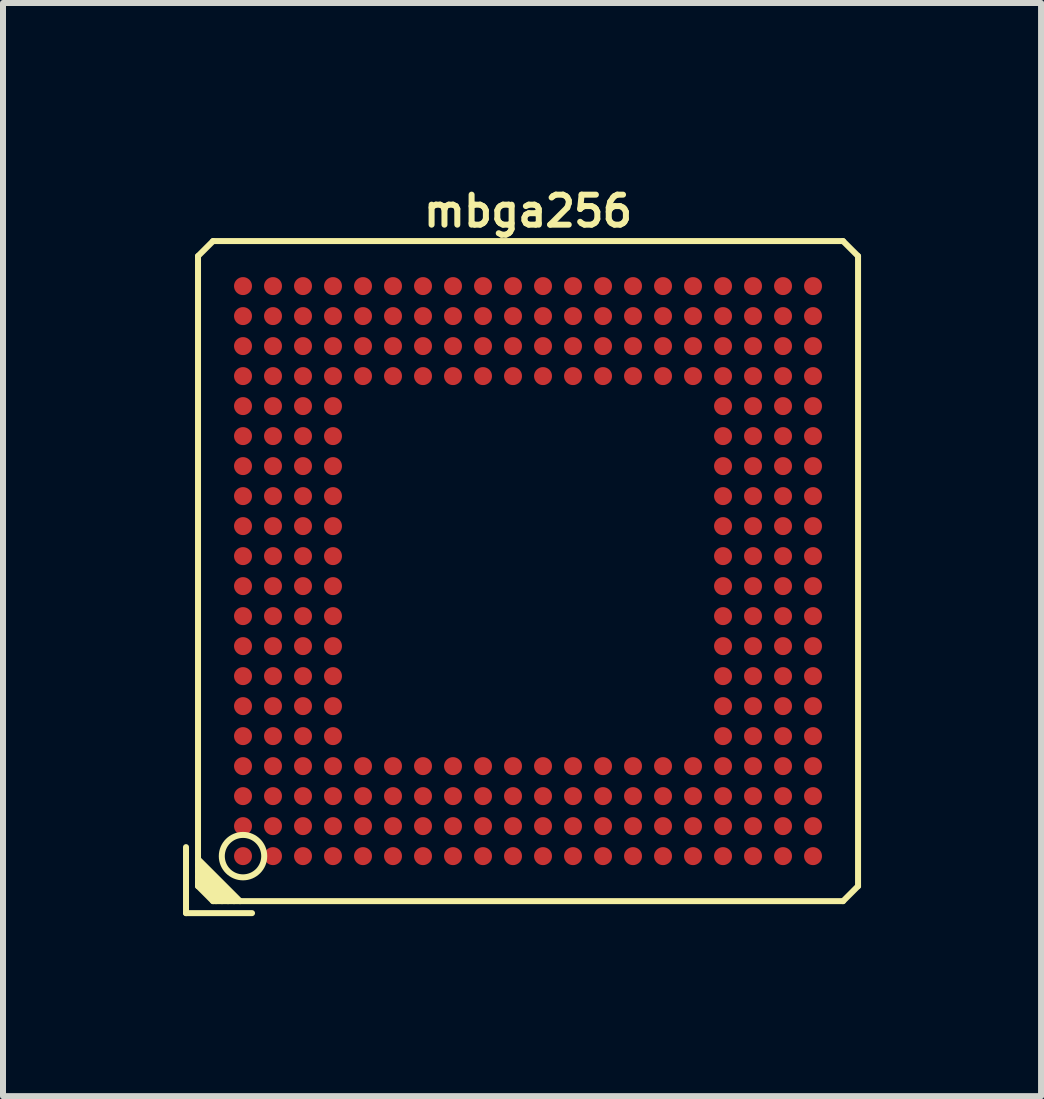
<source format=kicad_pcb>
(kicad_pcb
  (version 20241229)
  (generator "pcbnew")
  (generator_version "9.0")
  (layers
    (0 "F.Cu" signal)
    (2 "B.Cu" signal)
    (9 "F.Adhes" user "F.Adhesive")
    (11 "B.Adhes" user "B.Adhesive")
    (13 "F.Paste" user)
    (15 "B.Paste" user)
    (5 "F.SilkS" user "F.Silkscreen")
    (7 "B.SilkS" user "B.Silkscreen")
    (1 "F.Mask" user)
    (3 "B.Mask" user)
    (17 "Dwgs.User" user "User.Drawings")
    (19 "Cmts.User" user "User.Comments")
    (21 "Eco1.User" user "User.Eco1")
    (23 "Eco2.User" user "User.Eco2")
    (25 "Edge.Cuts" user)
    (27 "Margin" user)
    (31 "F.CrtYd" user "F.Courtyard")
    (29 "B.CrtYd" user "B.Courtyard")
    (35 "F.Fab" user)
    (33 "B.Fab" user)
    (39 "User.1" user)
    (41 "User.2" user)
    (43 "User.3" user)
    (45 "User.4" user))
  (footprint "mbga256"
    (layer "F.Cu")
    (at 5.75 6.468)
    (property "Reference" "mbga256" (at 0 -6 0) (layer "F.SilkS") (effects (font (size 0.5 0.5) (thickness 0.1))))
    (attr through_hole)
    (fp_line (start -5.7 4.6) (end -5.7 5.7) (stroke (width 0.1) (type solid)) (layer "F.SilkS"))
    (fp_line (start -5.7 5.7) (end -4.6 5.7) (stroke (width 0.1) (type solid)) (layer "F.SilkS"))
    (fp_line (start -5.5 -5.25) (end -5.5 5.25) (stroke (width 0.1) (type solid)) (layer "F.SilkS"))
    (fp_line (start -5.5 -5.25) (end -5.25 -5.5) (stroke (width 0.1) (type solid)) (layer "F.SilkS"))
    (fp_line (start -5.5 4.9) (end -4.9 5.5) (stroke (width 0.1) (type solid)) (layer "F.SilkS"))
    (fp_line (start -5.5 5.1) (end -5.1 5.5) (stroke (width 0.1) (type solid)) (layer "F.SilkS"))
    (fp_line (start -5.5 5.2) (end -5.2 5.5) (stroke (width 0.1) (type solid)) (layer "F.SilkS"))
    (fp_line (start -5.25 5.5) (end -5.5 5.25) (stroke (width 0.1) (type solid)) (layer "F.SilkS"))
    (fp_line (start -5.25 5.5) (end 5.25 5.5) (stroke (width 0.1) (type solid)) (layer "F.SilkS"))
    (fp_line (start -5 5.5) (end -5.5 5) (stroke (width 0.1) (type solid)) (layer "F.SilkS"))
    (fp_line (start -4.8 5.5) (end -5.5 4.8) (stroke (width 0.1) (type solid)) (layer "F.SilkS"))
    (fp_line (start 5.25 -5.5) (end -5.25 -5.5) (stroke (width 0.1) (type solid)) (layer "F.SilkS"))
    (fp_line (start 5.25 -5.5) (end 5.5 -5.25) (stroke (width 0.1) (type solid)) (layer "F.SilkS"))
    (fp_line (start 5.5 5.25) (end 5.25 5.5) (stroke (width 0.1) (type solid)) (layer "F.SilkS"))
    (fp_line (start 5.5 5.25) (end 5.5 -5.25) (stroke (width 0.1) (type solid)) (layer "F.SilkS"))
    (fp_circle (center -4.75 4.75) (end -5 5) (stroke (width 0.1) (type solid)) (fill no) (layer "F.SilkS"))
    (pad "A1" smd circle (at -4.75 4.75) (size 0.3 0.3) (layers "F.Cu" "F.Mask" "F.Paste"))
    (pad "A2" smd circle (at -4.25 4.75) (size 0.3 0.3) (layers "F.Cu" "F.Mask" "F.Paste"))
    (pad "A3" smd circle (at -3.75 4.75) (size 0.3 0.3) (layers "F.Cu" "F.Mask" "F.Paste"))
    (pad "A4" smd circle (at -3.25 4.75) (size 0.3 0.3) (layers "F.Cu" "F.Mask" "F.Paste"))
    (pad "A5" smd circle (at -2.75 4.75) (size 0.3 0.3) (layers "F.Cu" "F.Mask" "F.Paste"))
    (pad "A6" smd circle (at -2.25 4.75) (size 0.3 0.3) (layers "F.Cu" "F.Mask" "F.Paste"))
    (pad "A7" smd circle (at -1.75 4.75) (size 0.3 0.3) (layers "F.Cu" "F.Mask" "F.Paste"))
    (pad "A8" smd circle (at -1.25 4.75) (size 0.3 0.3) (layers "F.Cu" "F.Mask" "F.Paste"))
    (pad "A9" smd circle (at -0.75 4.75) (size 0.3 0.3) (layers "F.Cu" "F.Mask" "F.Paste"))
    (pad "A10" smd circle (at -0.25 4.75) (size 0.3 0.3) (layers "F.Cu" "F.Mask" "F.Paste"))
    (pad "A11" smd circle (at 0.25 4.75) (size 0.3 0.3) (layers "F.Cu" "F.Mask" "F.Paste"))
    (pad "A12" smd circle (at 0.75 4.75) (size 0.3 0.3) (layers "F.Cu" "F.Mask" "F.Paste"))
    (pad "A13" smd circle (at 1.25 4.75) (size 0.3 0.3) (layers "F.Cu" "F.Mask" "F.Paste"))
    (pad "A14" smd circle (at 1.75 4.75) (size 0.3 0.3) (layers "F.Cu" "F.Mask" "F.Paste"))
    (pad "A15" smd circle (at 2.25 4.75) (size 0.3 0.3) (layers "F.Cu" "F.Mask" "F.Paste"))
    (pad "A16" smd circle (at 2.75 4.75) (size 0.3 0.3) (layers "F.Cu" "F.Mask" "F.Paste"))
    (pad "A17" smd circle (at 3.25 4.75) (size 0.3 0.3) (layers "F.Cu" "F.Mask" "F.Paste"))
    (pad "A18" smd circle (at 3.75 4.75) (size 0.3 0.3) (layers "F.Cu" "F.Mask" "F.Paste"))
    (pad "A19" smd circle (at 4.25 4.75) (size 0.3 0.3) (layers "F.Cu" "F.Mask" "F.Paste"))
    (pad "A20" smd circle (at 4.75 4.75) (size 0.3 0.3) (layers "F.Cu" "F.Mask" "F.Paste"))
    (pad "B1" smd circle (at -4.75 4.25) (size 0.3 0.3) (layers "F.Cu" "F.Mask" "F.Paste"))
    (pad "B2" smd circle (at -4.25 4.25) (size 0.3 0.3) (layers "F.Cu" "F.Mask" "F.Paste"))
    (pad "B3" smd circle (at -3.75 4.25) (size 0.3 0.3) (layers "F.Cu" "F.Mask" "F.Paste"))
    (pad "B4" smd circle (at -3.25 4.25) (size 0.3 0.3) (layers "F.Cu" "F.Mask" "F.Paste"))
    (pad "B5" smd circle (at -2.75 4.25) (size 0.3 0.3) (layers "F.Cu" "F.Mask" "F.Paste"))
    (pad "B6" smd circle (at -2.25 4.25) (size 0.3 0.3) (layers "F.Cu" "F.Mask" "F.Paste"))
    (pad "B7" smd circle (at -1.75 4.25) (size 0.3 0.3) (layers "F.Cu" "F.Mask" "F.Paste"))
    (pad "B8" smd circle (at -1.25 4.25) (size 0.3 0.3) (layers "F.Cu" "F.Mask" "F.Paste"))
    (pad "B9" smd circle (at -0.75 4.25) (size 0.3 0.3) (layers "F.Cu" "F.Mask" "F.Paste"))
    (pad "B10" smd circle (at -0.25 4.25) (size 0.3 0.3) (layers "F.Cu" "F.Mask" "F.Paste"))
    (pad "B11" smd circle (at 0.25 4.25) (size 0.3 0.3) (layers "F.Cu" "F.Mask" "F.Paste"))
    (pad "B12" smd circle (at 0.75 4.25) (size 0.3 0.3) (layers "F.Cu" "F.Mask" "F.Paste"))
    (pad "B13" smd circle (at 1.25 4.25) (size 0.3 0.3) (layers "F.Cu" "F.Mask" "F.Paste"))
    (pad "B14" smd circle (at 1.75 4.25) (size 0.3 0.3) (layers "F.Cu" "F.Mask" "F.Paste"))
    (pad "B15" smd circle (at 2.25 4.25) (size 0.3 0.3) (layers "F.Cu" "F.Mask" "F.Paste"))
    (pad "B16" smd circle (at 2.75 4.25) (size 0.3 0.3) (layers "F.Cu" "F.Mask" "F.Paste"))
    (pad "B17" smd circle (at 3.25 4.25) (size 0.3 0.3) (layers "F.Cu" "F.Mask" "F.Paste"))
    (pad "B18" smd circle (at 3.75 4.25) (size 0.3 0.3) (layers "F.Cu" "F.Mask" "F.Paste"))
    (pad "B19" smd circle (at 4.25 4.25) (size 0.3 0.3) (layers "F.Cu" "F.Mask" "F.Paste"))
    (pad "B20" smd circle (at 4.75 4.25) (size 0.3 0.3) (layers "F.Cu" "F.Mask" "F.Paste"))
    (pad "C1" smd circle (at -4.75 3.75) (size 0.3 0.3) (layers "F.Cu" "F.Mask" "F.Paste"))
    (pad "C2" smd circle (at -4.25 3.75) (size 0.3 0.3) (layers "F.Cu" "F.Mask" "F.Paste"))
    (pad "C3" smd circle (at -3.75 3.75) (size 0.3 0.3) (layers "F.Cu" "F.Mask" "F.Paste"))
    (pad "C4" smd circle (at -3.25 3.75) (size 0.3 0.3) (layers "F.Cu" "F.Mask" "F.Paste"))
    (pad "C5" smd circle (at -2.75 3.75) (size 0.3 0.3) (layers "F.Cu" "F.Mask" "F.Paste"))
    (pad "C6" smd circle (at -2.25 3.75) (size 0.3 0.3) (layers "F.Cu" "F.Mask" "F.Paste"))
    (pad "C7" smd circle (at -1.75 3.75) (size 0.3 0.3) (layers "F.Cu" "F.Mask" "F.Paste"))
    (pad "C8" smd circle (at -1.25 3.75) (size 0.3 0.3) (layers "F.Cu" "F.Mask" "F.Paste"))
    (pad "C9" smd circle (at -0.75 3.75) (size 0.3 0.3) (layers "F.Cu" "F.Mask" "F.Paste"))
    (pad "C10" smd circle (at -0.25 3.75) (size 0.3 0.3) (layers "F.Cu" "F.Mask" "F.Paste"))
    (pad "C11" smd circle (at 0.25 3.75) (size 0.3 0.3) (layers "F.Cu" "F.Mask" "F.Paste"))
    (pad "C12" smd circle (at 0.75 3.75) (size 0.3 0.3) (layers "F.Cu" "F.Mask" "F.Paste"))
    (pad "C13" smd circle (at 1.25 3.75) (size 0.3 0.3) (layers "F.Cu" "F.Mask" "F.Paste"))
    (pad "C14" smd circle (at 1.75 3.75) (size 0.3 0.3) (layers "F.Cu" "F.Mask" "F.Paste"))
    (pad "C15" smd circle (at 2.25 3.75) (size 0.3 0.3) (layers "F.Cu" "F.Mask" "F.Paste"))
    (pad "C16" smd circle (at 2.75 3.75) (size 0.3 0.3) (layers "F.Cu" "F.Mask" "F.Paste"))
    (pad "C17" smd circle (at 3.25 3.75) (size 0.3 0.3) (layers "F.Cu" "F.Mask" "F.Paste"))
    (pad "C18" smd circle (at 3.75 3.75) (size 0.3 0.3) (layers "F.Cu" "F.Mask" "F.Paste"))
    (pad "C19" smd circle (at 4.25 3.75) (size 0.3 0.3) (layers "F.Cu" "F.Mask" "F.Paste"))
    (pad "C20" smd circle (at 4.75 3.75) (size 0.3 0.3) (layers "F.Cu" "F.Mask" "F.Paste"))
    (pad "D1" smd circle (at -4.75 3.25) (size 0.3 0.3) (layers "F.Cu" "F.Mask" "F.Paste"))
    (pad "D2" smd circle (at -4.25 3.25) (size 0.3 0.3) (layers "F.Cu" "F.Mask" "F.Paste"))
    (pad "D3" smd circle (at -3.75 3.25) (size 0.3 0.3) (layers "F.Cu" "F.Mask" "F.Paste"))
    (pad "D4" smd circle (at -3.25 3.25) (size 0.3 0.3) (layers "F.Cu" "F.Mask" "F.Paste"))
    (pad "D5" smd circle (at -2.75 3.25) (size 0.3 0.3) (layers "F.Cu" "F.Mask" "F.Paste"))
    (pad "D6" smd circle (at -2.25 3.25) (size 0.3 0.3) (layers "F.Cu" "F.Mask" "F.Paste"))
    (pad "D7" smd circle (at -1.75 3.25) (size 0.3 0.3) (layers "F.Cu" "F.Mask" "F.Paste"))
    (pad "D8" smd circle (at -1.25 3.25) (size 0.3 0.3) (layers "F.Cu" "F.Mask" "F.Paste"))
    (pad "D9" smd circle (at -0.75 3.25) (size 0.3 0.3) (layers "F.Cu" "F.Mask" "F.Paste"))
    (pad "D10" smd circle (at -0.25 3.25) (size 0.3 0.3) (layers "F.Cu" "F.Mask" "F.Paste"))
    (pad "D11" smd circle (at 0.25 3.25) (size 0.3 0.3) (layers "F.Cu" "F.Mask" "F.Paste"))
    (pad "D12" smd circle (at 0.75 3.25) (size 0.3 0.3) (layers "F.Cu" "F.Mask" "F.Paste"))
    (pad "D13" smd circle (at 1.25 3.25) (size 0.3 0.3) (layers "F.Cu" "F.Mask" "F.Paste"))
    (pad "D14" smd circle (at 1.75 3.25) (size 0.3 0.3) (layers "F.Cu" "F.Mask" "F.Paste"))
    (pad "D15" smd circle (at 2.25 3.25) (size 0.3 0.3) (layers "F.Cu" "F.Mask" "F.Paste"))
    (pad "D16" smd circle (at 2.75 3.25) (size 0.3 0.3) (layers "F.Cu" "F.Mask" "F.Paste"))
    (pad "D17" smd circle (at 3.25 3.25) (size 0.3 0.3) (layers "F.Cu" "F.Mask" "F.Paste"))
    (pad "D18" smd circle (at 3.75 3.25) (size 0.3 0.3) (layers "F.Cu" "F.Mask" "F.Paste"))
    (pad "D19" smd circle (at 4.25 3.25) (size 0.3 0.3) (layers "F.Cu" "F.Mask" "F.Paste"))
    (pad "D20" smd circle (at 4.75 3.25) (size 0.3 0.3) (layers "F.Cu" "F.Mask" "F.Paste"))
    (pad "E1" smd circle (at -4.75 2.75) (size 0.3 0.3) (layers "F.Cu" "F.Mask" "F.Paste"))
    (pad "E2" smd circle (at -4.25 2.75) (size 0.3 0.3) (layers "F.Cu" "F.Mask" "F.Paste"))
    (pad "E3" smd circle (at -3.75 2.75) (size 0.3 0.3) (layers "F.Cu" "F.Mask" "F.Paste"))
    (pad "E4" smd circle (at -3.25 2.75) (size 0.3 0.3) (layers "F.Cu" "F.Mask" "F.Paste"))
    (pad "E17" smd circle (at 3.25 2.75) (size 0.3 0.3) (layers "F.Cu" "F.Mask" "F.Paste"))
    (pad "E18" smd circle (at 3.75 2.75) (size 0.3 0.3) (layers "F.Cu" "F.Mask" "F.Paste"))
    (pad "E19" smd circle (at 4.25 2.75) (size 0.3 0.3) (layers "F.Cu" "F.Mask" "F.Paste"))
    (pad "E20" smd circle (at 4.75 2.75) (size 0.3 0.3) (layers "F.Cu" "F.Mask" "F.Paste"))
    (pad "F1" smd circle (at -4.75 2.25) (size 0.3 0.3) (layers "F.Cu" "F.Mask" "F.Paste"))
    (pad "F2" smd circle (at -4.25 2.25) (size 0.3 0.3) (layers "F.Cu" "F.Mask" "F.Paste"))
    (pad "F3" smd circle (at -3.75 2.25) (size 0.3 0.3) (layers "F.Cu" "F.Mask" "F.Paste"))
    (pad "F4" smd circle (at -3.25 2.25) (size 0.3 0.3) (layers "F.Cu" "F.Mask" "F.Paste"))
    (pad "F17" smd circle (at 3.25 2.25) (size 0.3 0.3) (layers "F.Cu" "F.Mask" "F.Paste"))
    (pad "F18" smd circle (at 3.75 2.25) (size 0.3 0.3) (layers "F.Cu" "F.Mask" "F.Paste"))
    (pad "F19" smd circle (at 4.25 2.25) (size 0.3 0.3) (layers "F.Cu" "F.Mask" "F.Paste"))
    (pad "F20" smd circle (at 4.75 2.25) (size 0.3 0.3) (layers "F.Cu" "F.Mask" "F.Paste"))
    (pad "G1" smd circle (at -4.75 1.75) (size 0.3 0.3) (layers "F.Cu" "F.Mask" "F.Paste"))
    (pad "G2" smd circle (at -4.25 1.75) (size 0.3 0.3) (layers "F.Cu" "F.Mask" "F.Paste"))
    (pad "G3" smd circle (at -3.75 1.75) (size 0.3 0.3) (layers "F.Cu" "F.Mask" "F.Paste"))
    (pad "G4" smd circle (at -3.25 1.75) (size 0.3 0.3) (layers "F.Cu" "F.Mask" "F.Paste"))
    (pad "G17" smd circle (at 3.25 1.75) (size 0.3 0.3) (layers "F.Cu" "F.Mask" "F.Paste"))
    (pad "G18" smd circle (at 3.75 1.75) (size 0.3 0.3) (layers "F.Cu" "F.Mask" "F.Paste"))
    (pad "G19" smd circle (at 4.25 1.75) (size 0.3 0.3) (layers "F.Cu" "F.Mask" "F.Paste"))
    (pad "G20" smd circle (at 4.75 1.75) (size 0.3 0.3) (layers "F.Cu" "F.Mask" "F.Paste"))
    (pad "H1" smd circle (at -4.75 1.25) (size 0.3 0.3) (layers "F.Cu" "F.Mask" "F.Paste"))
    (pad "H2" smd circle (at -4.25 1.25) (size 0.3 0.3) (layers "F.Cu" "F.Mask" "F.Paste"))
    (pad "H3" smd circle (at -3.75 1.25) (size 0.3 0.3) (layers "F.Cu" "F.Mask" "F.Paste"))
    (pad "H4" smd circle (at -3.25 1.25) (size 0.3 0.3) (layers "F.Cu" "F.Mask" "F.Paste"))
    (pad "H17" smd circle (at 3.25 1.25) (size 0.3 0.3) (layers "F.Cu" "F.Mask" "F.Paste"))
    (pad "H18" smd circle (at 3.75 1.25) (size 0.3 0.3) (layers "F.Cu" "F.Mask" "F.Paste"))
    (pad "H19" smd circle (at 4.25 1.25) (size 0.3 0.3) (layers "F.Cu" "F.Mask" "F.Paste"))
    (pad "H20" smd circle (at 4.75 1.25) (size 0.3 0.3) (layers "F.Cu" "F.Mask" "F.Paste"))
    (pad "J1" smd circle (at -4.75 0.75) (size 0.3 0.3) (layers "F.Cu" "F.Mask" "F.Paste"))
    (pad "J2" smd circle (at -4.25 0.75) (size 0.3 0.3) (layers "F.Cu" "F.Mask" "F.Paste"))
    (pad "J3" smd circle (at -3.75 0.75) (size 0.3 0.3) (layers "F.Cu" "F.Mask" "F.Paste"))
    (pad "J4" smd circle (at -3.25 0.75) (size 0.3 0.3) (layers "F.Cu" "F.Mask" "F.Paste"))
    (pad "J17" smd circle (at 3.25 0.75) (size 0.3 0.3) (layers "F.Cu" "F.Mask" "F.Paste"))
    (pad "J18" smd circle (at 3.75 0.75) (size 0.3 0.3) (layers "F.Cu" "F.Mask" "F.Paste"))
    (pad "J19" smd circle (at 4.25 0.75) (size 0.3 0.3) (layers "F.Cu" "F.Mask" "F.Paste"))
    (pad "J20" smd circle (at 4.75 0.75) (size 0.3 0.3) (layers "F.Cu" "F.Mask" "F.Paste"))
    (pad "K1" smd circle (at -4.75 0.25) (size 0.3 0.3) (layers "F.Cu" "F.Mask" "F.Paste"))
    (pad "K2" smd circle (at -4.25 0.25) (size 0.3 0.3) (layers "F.Cu" "F.Mask" "F.Paste"))
    (pad "K3" smd circle (at -3.75 0.25) (size 0.3 0.3) (layers "F.Cu" "F.Mask" "F.Paste"))
    (pad "K4" smd circle (at -3.25 0.25) (size 0.3 0.3) (layers "F.Cu" "F.Mask" "F.Paste"))
    (pad "K17" smd circle (at 3.25 0.25) (size 0.3 0.3) (layers "F.Cu" "F.Mask" "F.Paste"))
    (pad "K18" smd circle (at 3.75 0.25) (size 0.3 0.3) (layers "F.Cu" "F.Mask" "F.Paste"))
    (pad "K19" smd circle (at 4.25 0.25) (size 0.3 0.3) (layers "F.Cu" "F.Mask" "F.Paste"))
    (pad "K20" smd circle (at 4.75 0.25) (size 0.3 0.3) (layers "F.Cu" "F.Mask" "F.Paste"))
    (pad "L1" smd circle (at -4.75 -0.25) (size 0.3 0.3) (layers "F.Cu" "F.Mask" "F.Paste"))
    (pad "L2" smd circle (at -4.25 -0.25) (size 0.3 0.3) (layers "F.Cu" "F.Mask" "F.Paste"))
    (pad "L3" smd circle (at -3.75 -0.25) (size 0.3 0.3) (layers "F.Cu" "F.Mask" "F.Paste"))
    (pad "L4" smd circle (at -3.25 -0.25) (size 0.3 0.3) (layers "F.Cu" "F.Mask" "F.Paste"))
    (pad "L17" smd circle (at 3.25 -0.25) (size 0.3 0.3) (layers "F.Cu" "F.Mask" "F.Paste"))
    (pad "L18" smd circle (at 3.75 -0.25) (size 0.3 0.3) (layers "F.Cu" "F.Mask" "F.Paste"))
    (pad "L19" smd circle (at 4.25 -0.25) (size 0.3 0.3) (layers "F.Cu" "F.Mask" "F.Paste"))
    (pad "L20" smd circle (at 4.75 -0.25) (size 0.3 0.3) (layers "F.Cu" "F.Mask" "F.Paste"))
    (pad "M1" smd circle (at -4.75 -0.75) (size 0.3 0.3) (layers "F.Cu" "F.Mask" "F.Paste"))
    (pad "M2" smd circle (at -4.25 -0.75) (size 0.3 0.3) (layers "F.Cu" "F.Mask" "F.Paste"))
    (pad "M3" smd circle (at -3.75 -0.75) (size 0.3 0.3) (layers "F.Cu" "F.Mask" "F.Paste"))
    (pad "M4" smd circle (at -3.25 -0.75) (size 0.3 0.3) (layers "F.Cu" "F.Mask" "F.Paste"))
    (pad "M17" smd circle (at 3.25 -0.75) (size 0.3 0.3) (layers "F.Cu" "F.Mask" "F.Paste"))
    (pad "M18" smd circle (at 3.75 -0.75) (size 0.3 0.3) (layers "F.Cu" "F.Mask" "F.Paste"))
    (pad "M19" smd circle (at 4.25 -0.75) (size 0.3 0.3) (layers "F.Cu" "F.Mask" "F.Paste"))
    (pad "M20" smd circle (at 4.75 -0.75) (size 0.3 0.3) (layers "F.Cu" "F.Mask" "F.Paste"))
    (pad "N1" smd circle (at -4.75 -1.25) (size 0.3 0.3) (layers "F.Cu" "F.Mask" "F.Paste"))
    (pad "N2" smd circle (at -4.25 -1.25) (size 0.3 0.3) (layers "F.Cu" "F.Mask" "F.Paste"))
    (pad "N3" smd circle (at -3.75 -1.25) (size 0.3 0.3) (layers "F.Cu" "F.Mask" "F.Paste"))
    (pad "N4" smd circle (at -3.25 -1.25) (size 0.3 0.3) (layers "F.Cu" "F.Mask" "F.Paste"))
    (pad "N17" smd circle (at 3.25 -1.25) (size 0.3 0.3) (layers "F.Cu" "F.Mask" "F.Paste"))
    (pad "N18" smd circle (at 3.75 -1.25) (size 0.3 0.3) (layers "F.Cu" "F.Mask" "F.Paste"))
    (pad "N19" smd circle (at 4.25 -1.25) (size 0.3 0.3) (layers "F.Cu" "F.Mask" "F.Paste"))
    (pad "N20" smd circle (at 4.75 -1.25) (size 0.3 0.3) (layers "F.Cu" "F.Mask" "F.Paste"))
    (pad "P1" smd circle (at -4.75 -1.75) (size 0.3 0.3) (layers "F.Cu" "F.Mask" "F.Paste"))
    (pad "P2" smd circle (at -4.25 -1.75) (size 0.3 0.3) (layers "F.Cu" "F.Mask" "F.Paste"))
    (pad "P3" smd circle (at -3.75 -1.75) (size 0.3 0.3) (layers "F.Cu" "F.Mask" "F.Paste"))
    (pad "P4" smd circle (at -3.25 -1.75) (size 0.3 0.3) (layers "F.Cu" "F.Mask" "F.Paste"))
    (pad "P17" smd circle (at 3.25 -1.75) (size 0.3 0.3) (layers "F.Cu" "F.Mask" "F.Paste"))
    (pad "P18" smd circle (at 3.75 -1.75) (size 0.3 0.3) (layers "F.Cu" "F.Mask" "F.Paste"))
    (pad "P19" smd circle (at 4.25 -1.75) (size 0.3 0.3) (layers "F.Cu" "F.Mask" "F.Paste"))
    (pad "P20" smd circle (at 4.75 -1.75) (size 0.3 0.3) (layers "F.Cu" "F.Mask" "F.Paste"))
    (pad "R1" smd circle (at -4.75 -2.25) (size 0.3 0.3) (layers "F.Cu" "F.Mask" "F.Paste"))
    (pad "R2" smd circle (at -4.25 -2.25) (size 0.3 0.3) (layers "F.Cu" "F.Mask" "F.Paste"))
    (pad "R3" smd circle (at -3.75 -2.25) (size 0.3 0.3) (layers "F.Cu" "F.Mask" "F.Paste"))
    (pad "R4" smd circle (at -3.25 -2.25) (size 0.3 0.3) (layers "F.Cu" "F.Mask" "F.Paste"))
    (pad "R17" smd circle (at 3.25 -2.25) (size 0.3 0.3) (layers "F.Cu" "F.Mask" "F.Paste"))
    (pad "R18" smd circle (at 3.75 -2.25) (size 0.3 0.3) (layers "F.Cu" "F.Mask" "F.Paste"))
    (pad "R19" smd circle (at 4.25 -2.25) (size 0.3 0.3) (layers "F.Cu" "F.Mask" "F.Paste"))
    (pad "R20" smd circle (at 4.75 -2.25) (size 0.3 0.3) (layers "F.Cu" "F.Mask" "F.Paste"))
    (pad "T1" smd circle (at -4.75 -2.75) (size 0.3 0.3) (layers "F.Cu" "F.Mask" "F.Paste"))
    (pad "T2" smd circle (at -4.25 -2.75) (size 0.3 0.3) (layers "F.Cu" "F.Mask" "F.Paste"))
    (pad "T3" smd circle (at -3.75 -2.75) (size 0.3 0.3) (layers "F.Cu" "F.Mask" "F.Paste"))
    (pad "T4" smd circle (at -3.25 -2.75) (size 0.3 0.3) (layers "F.Cu" "F.Mask" "F.Paste"))
    (pad "T17" smd circle (at 3.25 -2.75) (size 0.3 0.3) (layers "F.Cu" "F.Mask" "F.Paste"))
    (pad "T18" smd circle (at 3.75 -2.75) (size 0.3 0.3) (layers "F.Cu" "F.Mask" "F.Paste"))
    (pad "T19" smd circle (at 4.25 -2.75) (size 0.3 0.3) (layers "F.Cu" "F.Mask" "F.Paste"))
    (pad "T20" smd circle (at 4.75 -2.75) (size 0.3 0.3) (layers "F.Cu" "F.Mask" "F.Paste"))
    (pad "U1" smd circle (at -4.75 -3.25) (size 0.3 0.3) (layers "F.Cu" "F.Mask" "F.Paste"))
    (pad "U2" smd circle (at -4.25 -3.25) (size 0.3 0.3) (layers "F.Cu" "F.Mask" "F.Paste"))
    (pad "U3" smd circle (at -3.75 -3.25) (size 0.3 0.3) (layers "F.Cu" "F.Mask" "F.Paste"))
    (pad "U4" smd circle (at -3.25 -3.25) (size 0.3 0.3) (layers "F.Cu" "F.Mask" "F.Paste"))
    (pad "U5" smd circle (at -2.75 -3.25) (size 0.3 0.3) (layers "F.Cu" "F.Mask" "F.Paste"))
    (pad "U6" smd circle (at -2.25 -3.25) (size 0.3 0.3) (layers "F.Cu" "F.Mask" "F.Paste"))
    (pad "U7" smd circle (at -1.75 -3.25) (size 0.3 0.3) (layers "F.Cu" "F.Mask" "F.Paste"))
    (pad "U8" smd circle (at -1.25 -3.25) (size 0.3 0.3) (layers "F.Cu" "F.Mask" "F.Paste"))
    (pad "U9" smd circle (at -0.75 -3.25) (size 0.3 0.3) (layers "F.Cu" "F.Mask" "F.Paste"))
    (pad "U10" smd circle (at -0.25 -3.25) (size 0.3 0.3) (layers "F.Cu" "F.Mask" "F.Paste"))
    (pad "U11" smd circle (at 0.25 -3.25) (size 0.3 0.3) (layers "F.Cu" "F.Mask" "F.Paste"))
    (pad "U12" smd circle (at 0.75 -3.25) (size 0.3 0.3) (layers "F.Cu" "F.Mask" "F.Paste"))
    (pad "U13" smd circle (at 1.25 -3.25) (size 0.3 0.3) (layers "F.Cu" "F.Mask" "F.Paste"))
    (pad "U14" smd circle (at 1.75 -3.25) (size 0.3 0.3) (layers "F.Cu" "F.Mask" "F.Paste"))
    (pad "U15" smd circle (at 2.25 -3.25) (size 0.3 0.3) (layers "F.Cu" "F.Mask" "F.Paste"))
    (pad "U16" smd circle (at 2.75 -3.25) (size 0.3 0.3) (layers "F.Cu" "F.Mask" "F.Paste"))
    (pad "U17" smd circle (at 3.25 -3.25) (size 0.3 0.3) (layers "F.Cu" "F.Mask" "F.Paste"))
    (pad "U18" smd circle (at 3.75 -3.25) (size 0.3 0.3) (layers "F.Cu" "F.Mask" "F.Paste"))
    (pad "U19" smd circle (at 4.25 -3.25) (size 0.3 0.3) (layers "F.Cu" "F.Mask" "F.Paste"))
    (pad "U20" smd circle (at 4.75 -3.25) (size 0.3 0.3) (layers "F.Cu" "F.Mask" "F.Paste"))
    (pad "V1" smd circle (at -4.75 -3.75) (size 0.3 0.3) (layers "F.Cu" "F.Mask" "F.Paste"))
    (pad "V2" smd circle (at -4.25 -3.75) (size 0.3 0.3) (layers "F.Cu" "F.Mask" "F.Paste"))
    (pad "V3" smd circle (at -3.75 -3.75) (size 0.3 0.3) (layers "F.Cu" "F.Mask" "F.Paste"))
    (pad "V4" smd circle (at -3.25 -3.75) (size 0.3 0.3) (layers "F.Cu" "F.Mask" "F.Paste"))
    (pad "V5" smd circle (at -2.75 -3.75) (size 0.3 0.3) (layers "F.Cu" "F.Mask" "F.Paste"))
    (pad "V6" smd circle (at -2.25 -3.75) (size 0.3 0.3) (layers "F.Cu" "F.Mask" "F.Paste"))
    (pad "V7" smd circle (at -1.75 -3.75) (size 0.3 0.3) (layers "F.Cu" "F.Mask" "F.Paste"))
    (pad "V8" smd circle (at -1.25 -3.75) (size 0.3 0.3) (layers "F.Cu" "F.Mask" "F.Paste"))
    (pad "V9" smd circle (at -0.75 -3.75) (size 0.3 0.3) (layers "F.Cu" "F.Mask" "F.Paste"))
    (pad "V10" smd circle (at -0.25 -3.75) (size 0.3 0.3) (layers "F.Cu" "F.Mask" "F.Paste"))
    (pad "V11" smd circle (at 0.25 -3.75) (size 0.3 0.3) (layers "F.Cu" "F.Mask" "F.Paste"))
    (pad "V12" smd circle (at 0.75 -3.75) (size 0.3 0.3) (layers "F.Cu" "F.Mask" "F.Paste"))
    (pad "V13" smd circle (at 1.25 -3.75) (size 0.3 0.3) (layers "F.Cu" "F.Mask" "F.Paste"))
    (pad "V14" smd circle (at 1.75 -3.75) (size 0.3 0.3) (layers "F.Cu" "F.Mask" "F.Paste"))
    (pad "V15" smd circle (at 2.25 -3.75) (size 0.3 0.3) (layers "F.Cu" "F.Mask" "F.Paste"))
    (pad "V16" smd circle (at 2.75 -3.75) (size 0.3 0.3) (layers "F.Cu" "F.Mask" "F.Paste"))
    (pad "V17" smd circle (at 3.25 -3.75) (size 0.3 0.3) (layers "F.Cu" "F.Mask" "F.Paste"))
    (pad "V18" smd circle (at 3.75 -3.75) (size 0.3 0.3) (layers "F.Cu" "F.Mask" "F.Paste"))
    (pad "V19" smd circle (at 4.25 -3.75) (size 0.3 0.3) (layers "F.Cu" "F.Mask" "F.Paste"))
    (pad "V20" smd circle (at 4.75 -3.75) (size 0.3 0.3) (layers "F.Cu" "F.Mask" "F.Paste"))
    (pad "W1" smd circle (at -4.75 -4.25) (size 0.3 0.3) (layers "F.Cu" "F.Mask" "F.Paste"))
    (pad "W2" smd circle (at -4.25 -4.25) (size 0.3 0.3) (layers "F.Cu" "F.Mask" "F.Paste"))
    (pad "W3" smd circle (at -3.75 -4.25) (size 0.3 0.3) (layers "F.Cu" "F.Mask" "F.Paste"))
    (pad "W4" smd circle (at -3.25 -4.25) (size 0.3 0.3) (layers "F.Cu" "F.Mask" "F.Paste"))
    (pad "W5" smd circle (at -2.75 -4.25) (size 0.3 0.3) (layers "F.Cu" "F.Mask" "F.Paste"))
    (pad "W6" smd circle (at -2.25 -4.25) (size 0.3 0.3) (layers "F.Cu" "F.Mask" "F.Paste"))
    (pad "W7" smd circle (at -1.75 -4.25) (size 0.3 0.3) (layers "F.Cu" "F.Mask" "F.Paste"))
    (pad "W8" smd circle (at -1.25 -4.25) (size 0.3 0.3) (layers "F.Cu" "F.Mask" "F.Paste"))
    (pad "W9" smd circle (at -0.75 -4.25) (size 0.3 0.3) (layers "F.Cu" "F.Mask" "F.Paste"))
    (pad "W10" smd circle (at -0.25 -4.25) (size 0.3 0.3) (layers "F.Cu" "F.Mask" "F.Paste"))
    (pad "W11" smd circle (at 0.25 -4.25) (size 0.3 0.3) (layers "F.Cu" "F.Mask" "F.Paste"))
    (pad "W12" smd circle (at 0.75 -4.25) (size 0.3 0.3) (layers "F.Cu" "F.Mask" "F.Paste"))
    (pad "W13" smd circle (at 1.25 -4.25) (size 0.3 0.3) (layers "F.Cu" "F.Mask" "F.Paste"))
    (pad "W14" smd circle (at 1.75 -4.25) (size 0.3 0.3) (layers "F.Cu" "F.Mask" "F.Paste"))
    (pad "W15" smd circle (at 2.25 -4.25) (size 0.3 0.3) (layers "F.Cu" "F.Mask" "F.Paste"))
    (pad "W16" smd circle (at 2.75 -4.25) (size 0.3 0.3) (layers "F.Cu" "F.Mask" "F.Paste"))
    (pad "W17" smd circle (at 3.25 -4.25) (size 0.3 0.3) (layers "F.Cu" "F.Mask" "F.Paste"))
    (pad "W18" smd circle (at 3.75 -4.25) (size 0.3 0.3) (layers "F.Cu" "F.Mask" "F.Paste"))
    (pad "W19" smd circle (at 4.25 -4.25) (size 0.3 0.3) (layers "F.Cu" "F.Mask" "F.Paste"))
    (pad "W20" smd circle (at 4.75 -4.25) (size 0.3 0.3) (layers "F.Cu" "F.Mask" "F.Paste"))
    (pad "Y1" smd circle (at -4.75 -4.75) (size 0.3 0.3) (layers "F.Cu" "F.Mask" "F.Paste"))
    (pad "Y2" smd circle (at -4.25 -4.75) (size 0.3 0.3) (layers "F.Cu" "F.Mask" "F.Paste"))
    (pad "Y3" smd circle (at -3.75 -4.75) (size 0.3 0.3) (layers "F.Cu" "F.Mask" "F.Paste"))
    (pad "Y4" smd circle (at -3.25 -4.75) (size 0.3 0.3) (layers "F.Cu" "F.Mask" "F.Paste"))
    (pad "Y5" smd circle (at -2.75 -4.75) (size 0.3 0.3) (layers "F.Cu" "F.Mask" "F.Paste"))
    (pad "Y6" smd circle (at -2.25 -4.75) (size 0.3 0.3) (layers "F.Cu" "F.Mask" "F.Paste"))
    (pad "Y7" smd circle (at -1.75 -4.75) (size 0.3 0.3) (layers "F.Cu" "F.Mask" "F.Paste"))
    (pad "Y8" smd circle (at -1.25 -4.75) (size 0.3 0.3) (layers "F.Cu" "F.Mask" "F.Paste"))
    (pad "Y9" smd circle (at -0.75 -4.75) (size 0.3 0.3) (layers "F.Cu" "F.Mask" "F.Paste"))
    (pad "Y10" smd circle (at -0.25 -4.75) (size 0.3 0.3) (layers "F.Cu" "F.Mask" "F.Paste"))
    (pad "Y11" smd circle (at 0.25 -4.75) (size 0.3 0.3) (layers "F.Cu" "F.Mask" "F.Paste"))
    (pad "Y12" smd circle (at 0.75 -4.75) (size 0.3 0.3) (layers "F.Cu" "F.Mask" "F.Paste"))
    (pad "Y13" smd circle (at 1.25 -4.75) (size 0.3 0.3) (layers "F.Cu" "F.Mask" "F.Paste"))
    (pad "Y14" smd circle (at 1.75 -4.75) (size 0.3 0.3) (layers "F.Cu" "F.Mask" "F.Paste"))
    (pad "Y15" smd circle (at 2.25 -4.75) (size 0.3 0.3) (layers "F.Cu" "F.Mask" "F.Paste"))
    (pad "Y16" smd circle (at 2.75 -4.75) (size 0.3 0.3) (layers "F.Cu" "F.Mask" "F.Paste"))
    (pad "Y17" smd circle (at 3.25 -4.75) (size 0.3 0.3) (layers "F.Cu" "F.Mask" "F.Paste"))
    (pad "Y18" smd circle (at 3.75 -4.75) (size 0.3 0.3) (layers "F.Cu" "F.Mask" "F.Paste"))
    (pad "Y19" smd circle (at 4.25 -4.75) (size 0.3 0.3) (layers "F.Cu" "F.Mask" "F.Paste"))
    (pad "Y20" smd circle (at 4.75 -4.75) (size 0.3 0.3) (layers "F.Cu" "F.Mask" "F.Paste")))
  (gr_rect
    (start -3 -3)
    (end 14.3 15.218)
    (stroke (width 0.1) (type default))
    (fill no)
    (layer "Edge.Cuts")))
</source>
